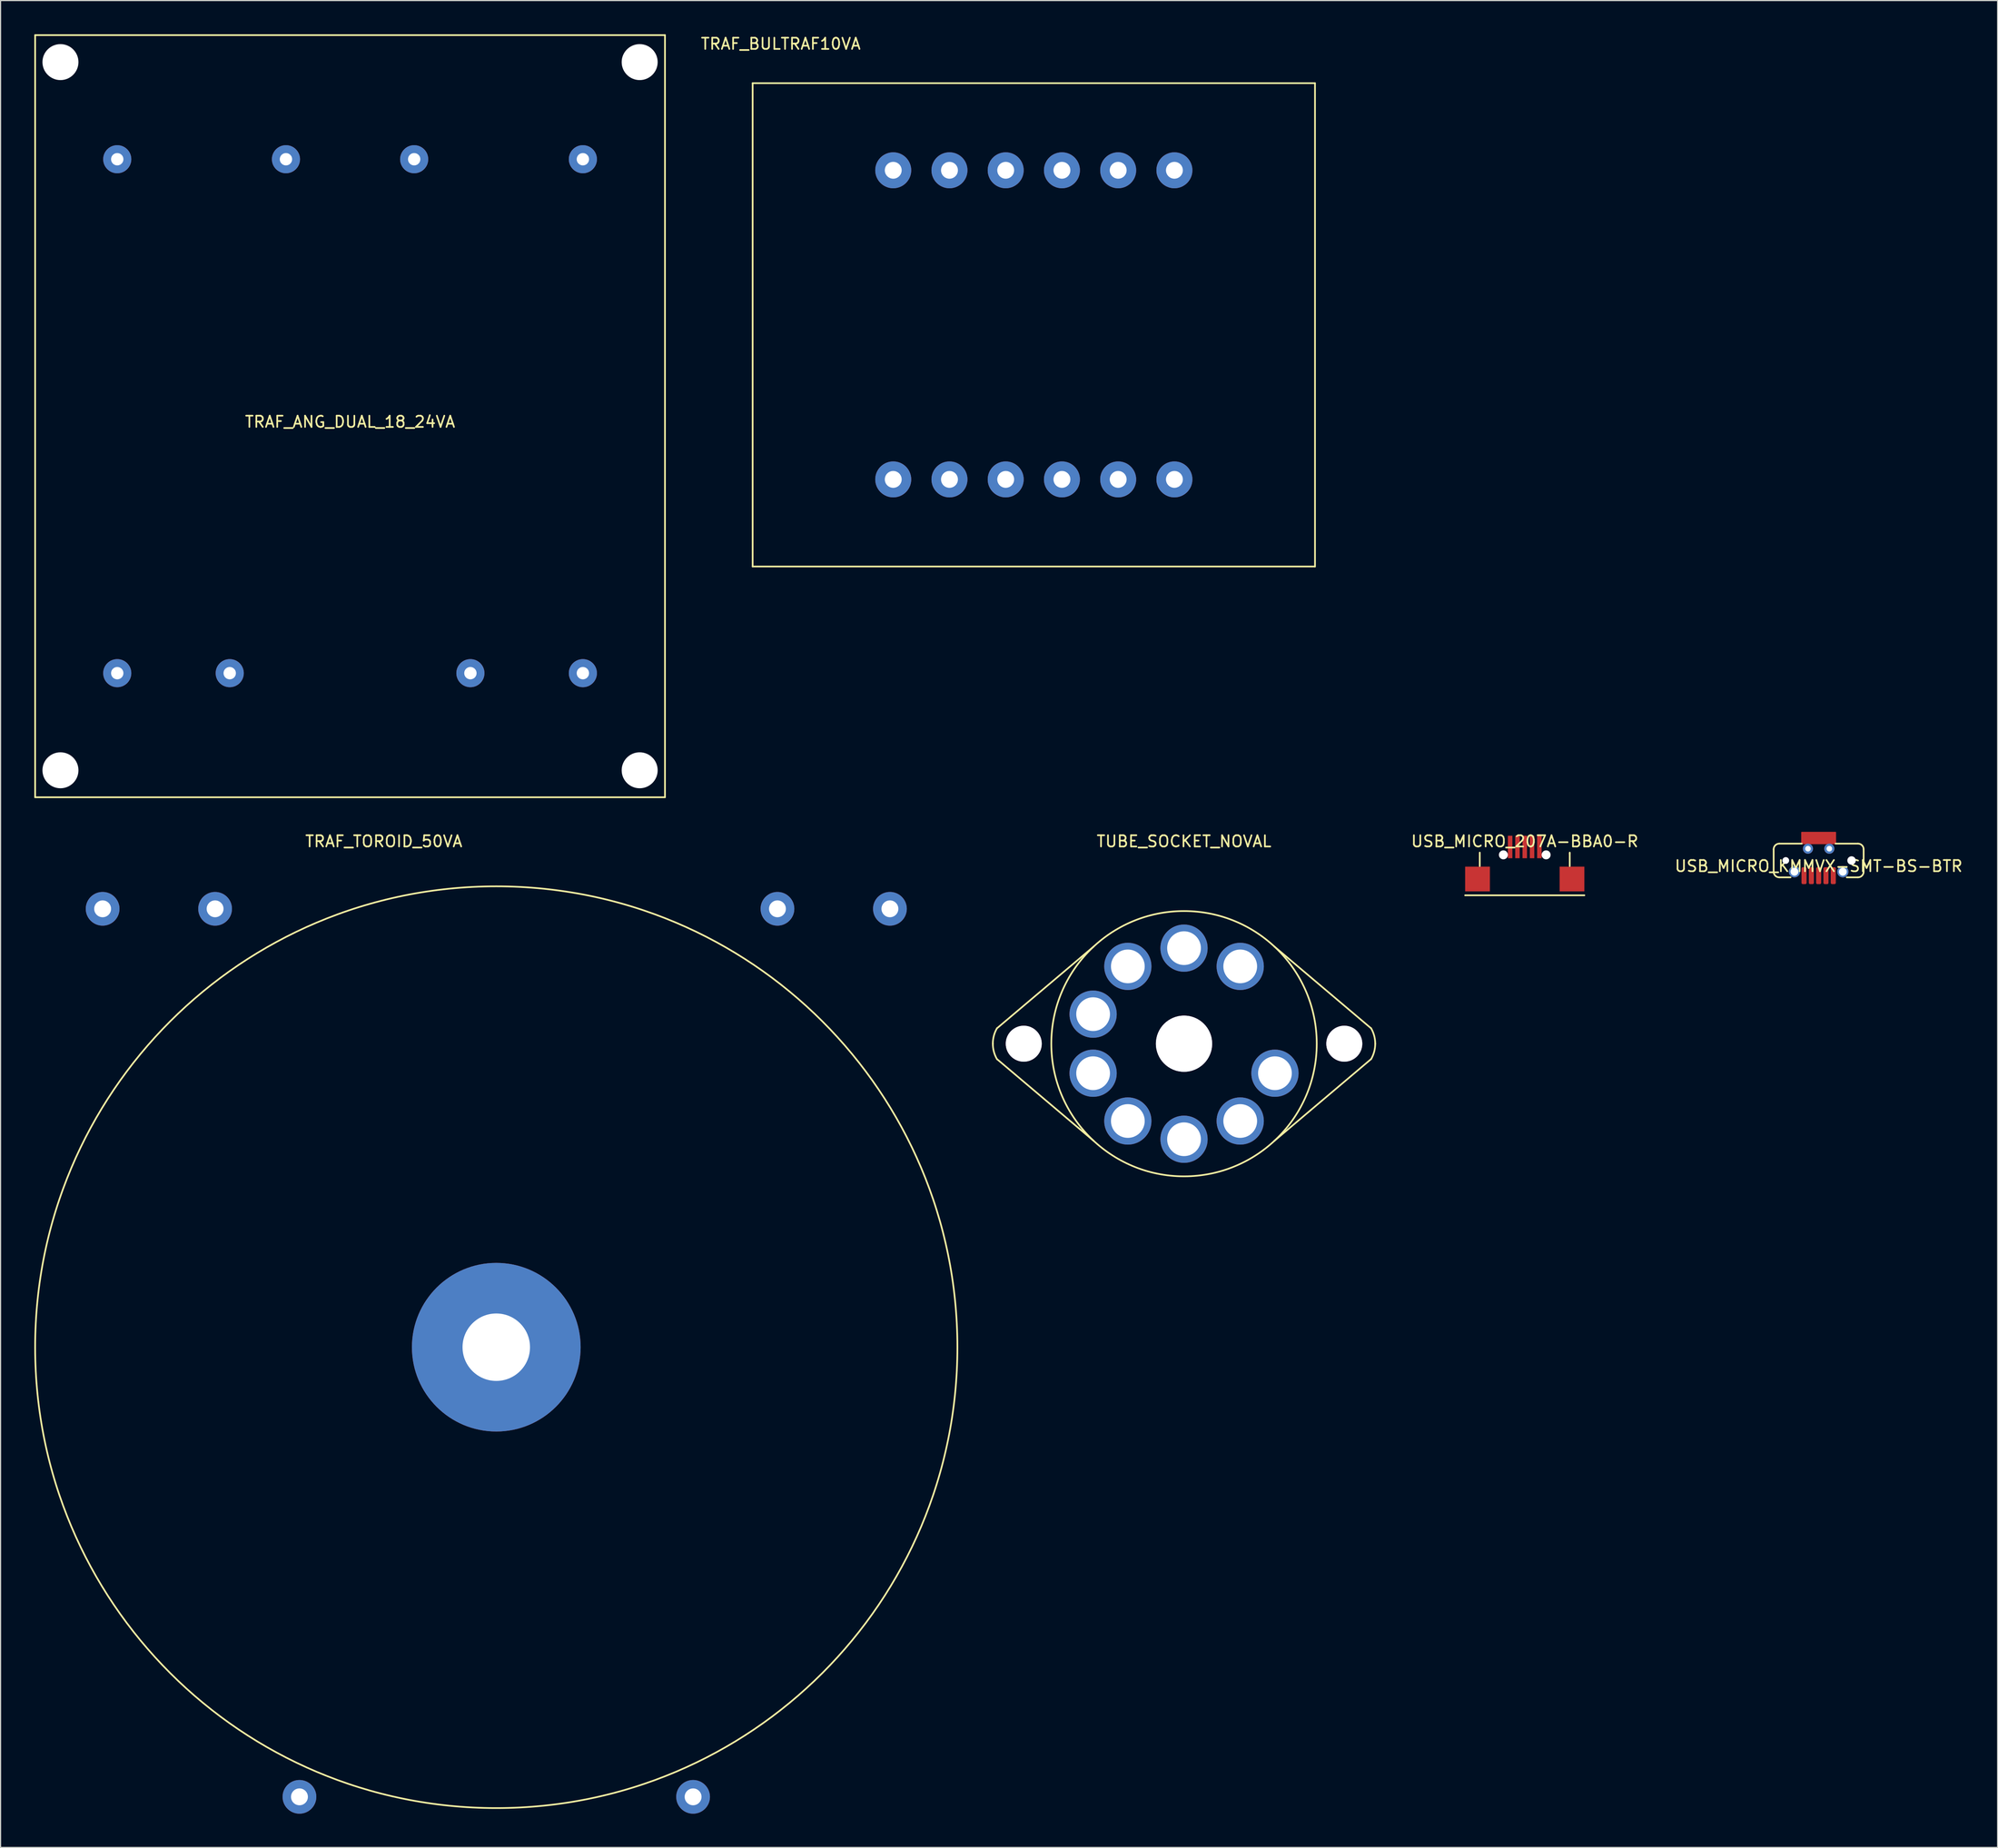
<source format=kicad_pcb>
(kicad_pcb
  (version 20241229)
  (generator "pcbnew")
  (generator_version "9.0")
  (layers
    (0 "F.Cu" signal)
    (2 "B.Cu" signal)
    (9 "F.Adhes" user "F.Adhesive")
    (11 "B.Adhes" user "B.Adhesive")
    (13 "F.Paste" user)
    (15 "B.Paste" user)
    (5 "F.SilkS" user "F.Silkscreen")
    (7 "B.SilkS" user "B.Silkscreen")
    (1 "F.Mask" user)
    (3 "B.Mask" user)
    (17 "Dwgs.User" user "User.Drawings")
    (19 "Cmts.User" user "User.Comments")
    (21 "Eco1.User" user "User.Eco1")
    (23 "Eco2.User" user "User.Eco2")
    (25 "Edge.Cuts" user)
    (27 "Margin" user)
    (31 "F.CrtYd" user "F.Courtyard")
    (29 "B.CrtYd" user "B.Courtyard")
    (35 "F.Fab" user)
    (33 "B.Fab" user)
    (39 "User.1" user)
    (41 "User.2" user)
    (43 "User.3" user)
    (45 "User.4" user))
  (footprint "TUBE_SOCKET_NOVAL"
    (layer "F.Cu")
    (at 102.225 89.798)
    (property "Reference" "TUBE_SOCKET_NOVAL" (at 0 -18 0) (layer "F.SilkS") (effects (font (size 1 1) (thickness 0.15))))
    (attr through_hole)
    (fp_line (start -16.625 -1.375) (end -8.025 -8.65) (stroke (width 0.15) (type solid)) (layer "F.SilkS"))
    (fp_line (start -16.625 1.375) (end -8.025 8.65) (stroke (width 0.15) (type solid)) (layer "F.SilkS"))
    (fp_line (start 16.625 -1.375) (end 8.025 -8.65) (stroke (width 0.15) (type solid)) (layer "F.SilkS"))
    (fp_line (start 16.625 1.375) (end 8.025 8.65) (stroke (width 0.15) (type solid)) (layer "F.SilkS"))
    (fp_arc (start -17 0) (mid -16.906296 -0.711752) (end -16.63157 -1.375) (stroke (width 0.15) (type solid)) (layer "F.SilkS"))
    (fp_arc (start -16.63157 1.375) (mid -16.906296 0.711752) (end -17 0) (stroke (width 0.15) (type solid)) (layer "F.SilkS"))
    (fp_arc (start 16.63157 -1.375) (mid 16.906296 -0.711752) (end 17 0) (stroke (width 0.15) (type solid)) (layer "F.SilkS"))
    (fp_arc (start 17 0) (mid 16.906296 0.711752) (end 16.63157 1.375) (stroke (width 0.15) (type solid)) (layer "F.SilkS"))
    (fp_circle (center 0 0) (end 11.8 0) (stroke (width 0.15) (type solid)) (fill no) (layer "F.SilkS"))
    (pad "0" thru_hole circle (at -14.25 0) (size 3.2 3.2) (drill 3.2) (layers "*.Cu" "*.Mask"))
    (pad "0" thru_hole circle (at 0 0) (size 5 5) (drill 5) (layers "*.Cu" "*.Mask"))
    (pad "0" thru_hole circle (at 14.25 0) (size 3.2 3.2) (drill 3.2) (layers "*.Cu" "*.Mask"))
    (pad "1" thru_hole circle (at 4.996 -6.877) (size 4.2 4.2) (drill 3) (layers "*.Cu" "*.Mask"))
    (pad "2" thru_hole circle (at 0 -8.5) (size 4.2 4.2) (drill 3) (layers "*.Cu" "*.Mask"))
    (pad "3" thru_hole circle (at -4.996 -6.877) (size 4.2 4.2) (drill 3) (layers "*.Cu" "*.Mask"))
    (pad "4" thru_hole circle (at -8.084 -2.627) (size 4.2 4.2) (drill 3) (layers "*.Cu" "*.Mask"))
    (pad "5" thru_hole circle (at -8.084 2.627) (size 4.2 4.2) (drill 3) (layers "*.Cu" "*.Mask"))
    (pad "6" thru_hole circle (at -4.996 6.877) (size 4.2 4.2) (drill 3) (layers "*.Cu" "*.Mask"))
    (pad "7" thru_hole circle (at 0 8.5) (size 4.2 4.2) (drill 3) (layers "*.Cu" "*.Mask"))
    (pad "8" thru_hole circle (at 4.996 6.877) (size 4.2 4.2) (drill 3) (layers "*.Cu" "*.Mask"))
    (pad "9" thru_hole circle (at 8.084 2.627) (size 4.2 4.2) (drill 3) (layers "*.Cu" "*.Mask")))
  (footprint "TRAF_ANG_DUAL_18_24VA"
    (layer "F.Cu")
    (at 28.075 33.975)
    (property "Reference" "TRAF_ANG_DUAL_18_24VA" (at 0 0.5 0) (layer "F.SilkS") (effects (font (size 1 1) (thickness 0.15))))
    (attr through_hole)
    (fp_line (start -28 -33.9) (end 28 -33.9) (stroke (width 0.15) (type solid)) (layer "F.SilkS"))
    (fp_line (start -28 33.9) (end -28 -33.9) (stroke (width 0.15) (type solid)) (layer "F.SilkS"))
    (fp_line (start 28 -33.9) (end 28 33.9) (stroke (width 0.15) (type solid)) (layer "F.SilkS"))
    (fp_line (start 28 33.9) (end -28 33.9) (stroke (width 0.15) (type solid)) (layer "F.SilkS"))
    (pad "" np_thru_hole circle (at -25.75 -31.5) (size 3.2 3.2) (drill 3.2) (layers "*.Cu" "*.Mask"))
    (pad "" np_thru_hole circle (at -25.75 31.5) (size 3.2 3.2) (drill 3.2) (layers "*.Cu" "*.Mask"))
    (pad "" np_thru_hole circle (at 25.75 -31.5) (size 3.2 3.2) (drill 3.2) (layers "*.Cu" "*.Mask"))
    (pad "" np_thru_hole circle (at 25.75 31.5) (size 3.2 3.2) (drill 3.2) (layers "*.Cu" "*.Mask"))
    (pad "1" thru_hole circle (at 20.7 -22.86) (size 2.5 2.5) (drill 1.1) (layers "*.Cu" "*.Mask"))
    (pad "4" thru_hole circle (at 5.7 -22.86) (size 2.5 2.5) (drill 1.1) (layers "*.Cu" "*.Mask"))
    (pad "5" thru_hole circle (at -5.7 -22.86) (size 2.5 2.5) (drill 1.1) (layers "*.Cu" "*.Mask"))
    (pad "8" thru_hole circle (at -20.7 -22.86) (size 2.5 2.5) (drill 1.1) (layers "*.Cu" "*.Mask"))
    (pad "9" thru_hole circle (at -20.7 22.86) (size 2.5 2.5) (drill 1.1) (layers "*.Cu" "*.Mask"))
    (pad "11" thru_hole circle (at -10.7 22.86) (size 2.5 2.5) (drill 1.1) (layers "*.Cu" "*.Mask"))
    (pad "14" thru_hole circle (at 10.7 22.86) (size 2.5 2.5) (drill 1.1) (layers "*.Cu" "*.Mask"))
    (pad "16" thru_hole circle (at 20.7 22.86) (size 2.5 2.5) (drill 1.1) (layers "*.Cu" "*.Mask")))
  (footprint "USB_MICRO_207A-BBA0-R"
    (layer "F.Cu")
    (at 132.52 71.798)
    (property "Reference" "USB_MICRO_207A-BBA0-R" (at 0 0 0) (layer "F.SilkS") (effects (font (size 1 1) (thickness 0.15))))
    (attr through_hole)
    (fp_line (start -5.3 4.8) (end 5.3 4.8) (stroke (width 0.15) (type solid)) (layer "F.SilkS"))
    (fp_line (start -4 1) (end -4 2.2) (stroke (width 0.15) (type solid)) (layer "F.SilkS"))
    (fp_line (start 4 1.1) (end 4 1) (stroke (width 0.15) (type solid)) (layer "F.SilkS"))
    (fp_line (start 4 2.2) (end 4 1.1) (stroke (width 0.15) (type solid)) (layer "F.SilkS"))
    (pad "" np_thru_hole circle (at -1.9 1.2) (size 0.8 0.8) (drill 0.8) (layers "*.Cu" "*.Mask"))
    (pad "" np_thru_hole circle (at 1.9 1.2) (size 0.8 0.8) (drill 0.8) (layers "*.Cu" "*.Mask"))
    (pad "1" smd rect (at -1.3 0.5) (size 0.4 2) (layers "F.Cu" "F.Mask" "F.Paste"))
    (pad "2" smd rect (at -0.65 0.5) (size 0.4 2) (layers "F.Cu" "F.Mask" "F.Paste"))
    (pad "3" smd rect (at 0 0.5) (size 0.4 2) (layers "F.Cu" "F.Mask" "F.Paste"))
    (pad "4" smd rect (at 0.65 0.5) (size 0.4 2) (layers "F.Cu" "F.Mask" "F.Paste"))
    (pad "5" smd rect (at 1.3 0.5) (size 0.4 2) (layers "F.Cu" "F.Mask" "F.Paste"))
    (pad "6" smd rect (at -4.2 3.35) (size 2.2 2.2) (layers "F.Cu" "F.Mask" "F.Paste"))
    (pad "6" smd rect (at 4.2 3.35) (size 2.2 2.2) (layers "F.Cu" "F.Mask" "F.Paste")))
  (footprint "TRAF_TOROID_50VA"
    (layer "F.Cu")
    (at 41.075 116.798)
    (property "Reference" "TRAF_TOROID_50VA" (at -10 -45 0) (layer "F.SilkS") (effects (font (size 1 1) (thickness 0.15))))
    (attr through_hole)
    (fp_circle (center 0 0) (end 41 0) (stroke (width 0.15) (type solid)) (fill no) (layer "F.SilkS"))
    (pad "0" thru_hole circle (at 0 0) (size 15 15) (drill 6) (layers "*.Cu" "*.Mask"))
    (pad "1" thru_hole circle (at -17.5 40) (size 3 3) (drill 1.5) (layers "*.Cu" "*.Mask"))
    (pad "2" thru_hole circle (at 17.5 40) (size 3 3) (drill 1.5) (layers "*.Cu" "*.Mask"))
    (pad "3" thru_hole circle (at 25 -39) (size 3 3) (drill 1.5) (layers "*.Cu" "*.Mask"))
    (pad "4" thru_hole circle (at 35 -39) (size 3 3) (drill 1.5) (layers "*.Cu" "*.Mask"))
    (pad "5" thru_hole circle (at -25 -39) (size 3 3) (drill 1.5) (layers "*.Cu" "*.Mask"))
    (pad "6" thru_hole circle (at -35 -39) (size 3 3) (drill 1.5) (layers "*.Cu" "*.Mask")))
  (footprint "USB_MICRO_KMMVX-SMT-BS-BTR"
    (layer "F.Cu")
    (at 158.651 73.5)
    (property "Reference" "USB_MICRO_KMMVX-SMT-BS-BTR" (at 0 0.5 0) (layer "F.SilkS") (effects (font (size 1 1) (thickness 0.15))))
    (attr through_hole)
    (fp_poly (pts (xy -1.5 -1.5) (xy 1.5 -1.5) (xy 1.5 -2.5) (xy -1.5 -2.5)) (stroke (width 0.1) (type solid)) (fill yes) (layer "F.Cu"))
    (fp_line (start -4 -1) (end -4 1) (stroke (width 0.15) (type solid)) (layer "F.SilkS"))
    (fp_line (start -3.5 -1.5) (end -1.5 -1.5) (stroke (width 0.15) (type solid)) (layer "F.SilkS"))
    (fp_line (start -3.5 1.5) (end -2.5 1.5) (stroke (width 0.15) (type solid)) (layer "F.SilkS"))
    (fp_line (start 3.5 -1.5) (end 1.5 -1.5) (stroke (width 0.15) (type solid)) (layer "F.SilkS"))
    (fp_line (start 3.5 1.5) (end 2.5 1.5) (stroke (width 0.15) (type solid)) (layer "F.SilkS"))
    (fp_line (start 4 -1) (end 4 1) (stroke (width 0.15) (type solid)) (layer "F.SilkS"))
    (fp_arc (start -4 -1) (mid -3.853553 -1.353553) (end -3.5 -1.5) (stroke (width 0.15) (type solid)) (layer "F.SilkS"))
    (fp_arc (start -3.5 1.5) (mid -3.853553 1.353553) (end -4 1) (stroke (width 0.15) (type solid)) (layer "F.SilkS"))
    (fp_arc (start 3.5 -1.5) (mid 3.853553 -1.353553) (end 4 -1) (stroke (width 0.15) (type solid)) (layer "F.SilkS"))
    (fp_arc (start 4 1) (mid 3.853553 1.353553) (end 3.5 1.5) (stroke (width 0.15) (type solid)) (layer "F.SilkS"))
    (pad "" np_thru_hole circle (at -2.925 0) (size 0.6 0.6) (drill 0.6) (layers "*.Cu" "*.Mask"))
    (pad "" thru_hole circle (at -0.95 -1.05) (size 0.9 0.9) (drill 0.5) (layers "*.Cu" "*.Mask"))
    (pad "" thru_hole circle (at 0.95 -1.05) (size 0.9 0.9) (drill 0.5) (layers "*.Cu" "*.Mask"))
    (pad "" np_thru_hole circle (at 2.925 0) (size 0.75 0.75) (drill 0.75) (layers "*.Cu" "*.Mask"))
    (pad "1" smd roundrect (at -1.3 1.35) (size 0.45 1.5) (layers "F.Cu" "F.Mask" "F.Paste") (roundrect_rratio 0.25))
    (pad "2" smd roundrect (at -0.65 1.35) (size 0.45 1.5) (layers "F.Cu" "F.Mask" "F.Paste") (roundrect_rratio 0.25))
    (pad "3" smd roundrect (at 0 1.35) (size 0.45 1.5) (layers "F.Cu" "F.Mask" "F.Paste") (roundrect_rratio 0.25))
    (pad "4" smd roundrect (at 0.65 1.35) (size 0.45 1.5) (layers "F.Cu" "F.Mask" "F.Paste") (roundrect_rratio 0.25))
    (pad "5" smd roundrect (at 1.3 1.35) (size 0.45 1.5) (layers "F.Cu" "F.Mask" "F.Paste") (roundrect_rratio 0.25))
    (pad "6" thru_hole circle (at -2.15 1) (size 1 1) (drill 0.7) (layers "*.Cu" "*.Mask"))
    (pad "6" thru_hole circle (at 2.15 1) (size 1 1) (drill 0.7) (layers "*.Cu" "*.Mask")))
  (footprint "TRAF_BULTRAF10VA"
    (layer "F.Cu")
    (at 88.87 25.848)
    (property "Reference" "TRAF_BULTRAF10VA" (at -22.5 -25 0) (layer "F.SilkS") (effects (font (size 1 1) (thickness 0.15))))
    (attr through_hole)
    (fp_line (start -25 -21.5) (end -25 21.5) (stroke (width 0.15) (type solid)) (layer "F.SilkS"))
    (fp_line (start -25 21.5) (end 25 21.5) (stroke (width 0.15) (type solid)) (layer "F.SilkS"))
    (fp_line (start 25 -21.5) (end -25 -21.5) (stroke (width 0.15) (type solid)) (layer "F.SilkS"))
    (fp_line (start 25 21.5) (end 25 -21.5) (stroke (width 0.15) (type solid)) (layer "F.SilkS"))
    (pad "1" thru_hole circle (at 12.5 -13.75) (size 3.2 3.2) (drill 1.5) (layers "*.Cu" "*.Mask"))
    (pad "2" thru_hole circle (at 7.5 -13.75) (size 3.2 3.2) (drill 1.5) (layers "*.Cu" "*.Mask"))
    (pad "3" thru_hole circle (at 2.5 -13.75) (size 3.2 3.2) (drill 1.5) (layers "*.Cu" "*.Mask"))
    (pad "4" thru_hole circle (at -2.5 -13.75) (size 3.2 3.2) (drill 1.5) (layers "*.Cu" "*.Mask"))
    (pad "5" thru_hole circle (at -7.5 -13.75) (size 3.2 3.2) (drill 1.5) (layers "*.Cu" "*.Mask"))
    (pad "6" thru_hole circle (at -12.5 -13.75) (size 3.2 3.2) (drill 1.5) (layers "*.Cu" "*.Mask"))
    (pad "7" thru_hole circle (at -12.5 13.75) (size 3.2 3.2) (drill 1.5) (layers "*.Cu" "*.Mask"))
    (pad "8" thru_hole circle (at -7.5 13.75) (size 3.2 3.2) (drill 1.5) (layers "*.Cu" "*.Mask"))
    (pad "9" thru_hole circle (at -2.5 13.75) (size 3.2 3.2) (drill 1.5) (layers "*.Cu" "*.Mask"))
    (pad "10" thru_hole circle (at 2.5 13.75) (size 3.2 3.2) (drill 1.5) (layers "*.Cu" "*.Mask"))
    (pad "11" thru_hole circle (at 7.5 13.75) (size 3.2 3.2) (drill 1.5) (layers "*.Cu" "*.Mask"))
    (pad "12" thru_hole circle (at 12.5 13.75) (size 3.2 3.2) (drill 1.5) (layers "*.Cu" "*.Mask")))
  (gr_rect
    (start -3 -3)
    (end 174.562 161.298)
    (stroke (width 0.1) (type default))
    (fill no)
    (layer "Edge.Cuts")))
</source>
